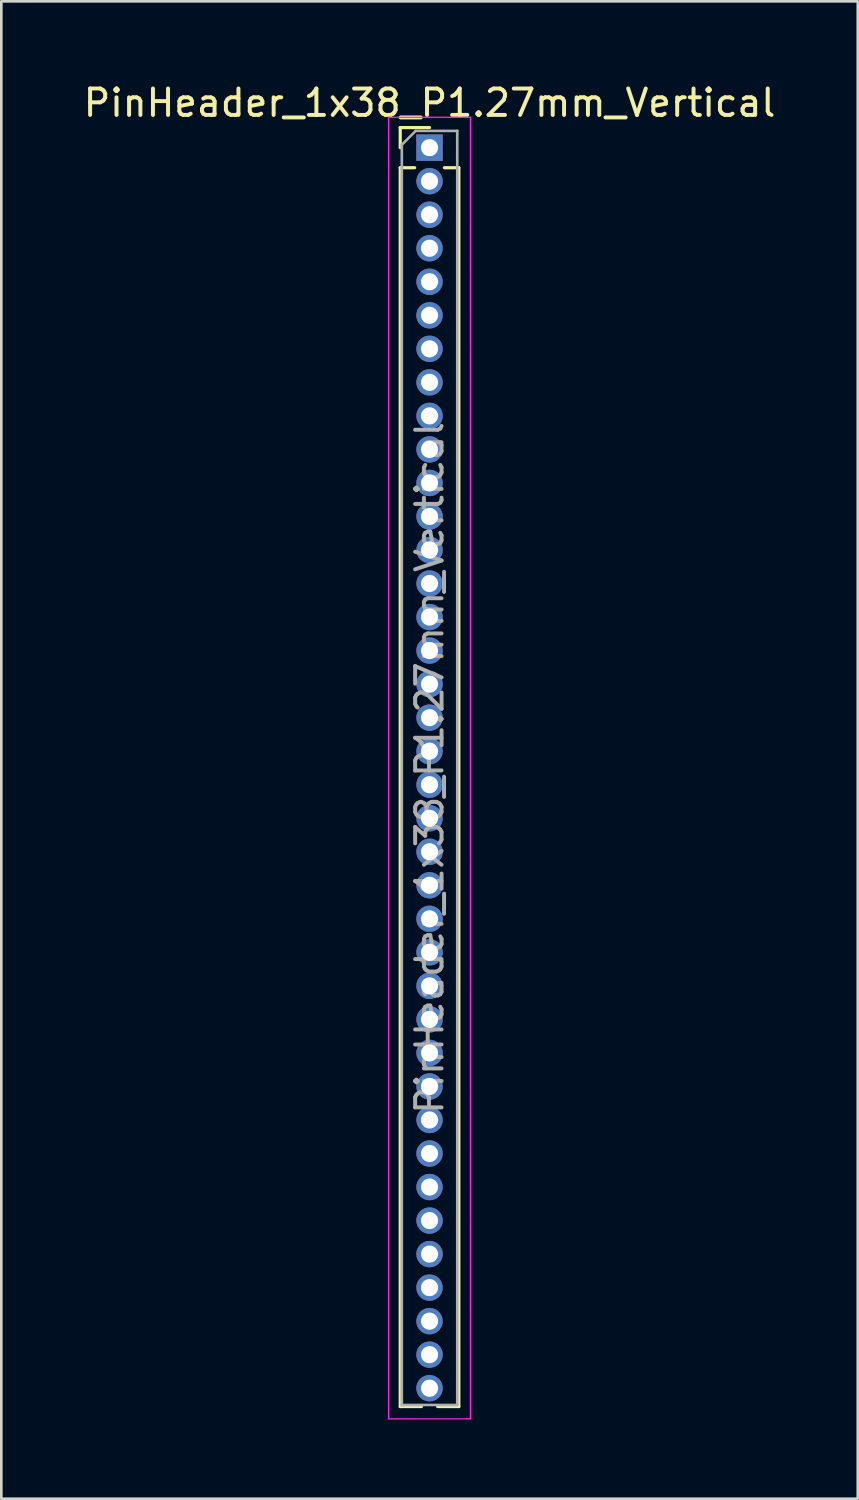
<source format=kicad_pcb>
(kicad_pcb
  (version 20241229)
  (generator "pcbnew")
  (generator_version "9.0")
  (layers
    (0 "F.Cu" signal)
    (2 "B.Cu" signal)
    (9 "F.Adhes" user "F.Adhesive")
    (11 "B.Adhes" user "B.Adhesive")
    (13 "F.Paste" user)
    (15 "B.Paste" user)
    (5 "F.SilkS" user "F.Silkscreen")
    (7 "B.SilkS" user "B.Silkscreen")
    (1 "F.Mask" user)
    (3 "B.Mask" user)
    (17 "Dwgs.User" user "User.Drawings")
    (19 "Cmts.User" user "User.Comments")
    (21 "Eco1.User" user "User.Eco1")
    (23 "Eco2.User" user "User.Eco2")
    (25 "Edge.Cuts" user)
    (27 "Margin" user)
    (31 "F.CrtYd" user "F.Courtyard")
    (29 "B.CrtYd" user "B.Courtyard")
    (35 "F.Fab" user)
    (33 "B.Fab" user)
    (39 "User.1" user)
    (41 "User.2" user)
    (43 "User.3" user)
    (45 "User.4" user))
  (footprint "PinHeader_1x38_P1.27mm_Vertical"
    (layer "F.Cu")
    (at 13.22 2.543)
    (property "Reference" "PinHeader_1x38_P1.27mm_Vertical" (at 0 -1.695 0) (layer "F.SilkS") (effects (font (size 1 1) (thickness 0.15))))
    (attr through_hole)
    (fp_line (start -1.11 -0.76) (end 0 -0.76) (stroke (width 0.12) (type solid)) (layer "F.SilkS"))
    (fp_line (start -1.11 0) (end -1.11 -0.76) (stroke (width 0.12) (type solid)) (layer "F.SilkS"))
    (fp_line (start -1.11 0.76) (end -1.11 47.685) (stroke (width 0.12) (type solid)) (layer "F.SilkS"))
    (fp_line (start -1.11 0.76) (end -0.563 0.76) (stroke (width 0.12) (type solid)) (layer "F.SilkS"))
    (fp_line (start -1.11 47.685) (end -0.308 47.685) (stroke (width 0.12) (type solid)) (layer "F.SilkS"))
    (fp_line (start 0.308 47.685) (end 1.11 47.685) (stroke (width 0.12) (type solid)) (layer "F.SilkS"))
    (fp_line (start 0.563 0.76) (end 1.11 0.76) (stroke (width 0.12) (type solid)) (layer "F.SilkS"))
    (fp_line (start 1.11 0.76) (end 1.11 47.685) (stroke (width 0.12) (type solid)) (layer "F.SilkS"))
    (fp_line (start -1.55 -1.15) (end -1.55 48.15) (stroke (width 0.05) (type solid)) (layer "F.CrtYd"))
    (fp_line (start -1.55 48.15) (end 1.55 48.15) (stroke (width 0.05) (type solid)) (layer "F.CrtYd"))
    (fp_line (start 1.55 -1.15) (end -1.55 -1.15) (stroke (width 0.05) (type solid)) (layer "F.CrtYd"))
    (fp_line (start 1.55 48.15) (end 1.55 -1.15) (stroke (width 0.05) (type solid)) (layer "F.CrtYd"))
    (fp_line (start -1.05 -0.11) (end -0.525 -0.635) (stroke (width 0.1) (type solid)) (layer "F.Fab"))
    (fp_line (start -1.05 47.625) (end -1.05 -0.11) (stroke (width 0.1) (type solid)) (layer "F.Fab"))
    (fp_line (start -0.525 -0.635) (end 1.05 -0.635) (stroke (width 0.1) (type solid)) (layer "F.Fab"))
    (fp_line (start 1.05 -0.635) (end 1.05 47.625) (stroke (width 0.1) (type solid)) (layer "F.Fab"))
    (fp_line (start 1.05 47.625) (end -1.05 47.625) (stroke (width 0.1) (type solid)) (layer "F.Fab"))
    (fp_text user "${REFERENCE}" (at 0 23.495 90) (layer "F.Fab") (effects (font (size 1 1) (thickness 0.15))))
    (pad "1" thru_hole rect (at 0 0) (size 1 1) (drill 0.65) (layers "*.Cu" "*.Mask"))
    (pad "2" thru_hole oval (at 0 1.27) (size 1 1) (drill 0.65) (layers "*.Cu" "*.Mask"))
    (pad "3" thru_hole oval (at 0 2.54) (size 1 1) (drill 0.65) (layers "*.Cu" "*.Mask"))
    (pad "4" thru_hole oval (at 0 3.81) (size 1 1) (drill 0.65) (layers "*.Cu" "*.Mask"))
    (pad "5" thru_hole oval (at 0 5.08) (size 1 1) (drill 0.65) (layers "*.Cu" "*.Mask"))
    (pad "6" thru_hole oval (at 0 6.35) (size 1 1) (drill 0.65) (layers "*.Cu" "*.Mask"))
    (pad "7" thru_hole oval (at 0 7.62) (size 1 1) (drill 0.65) (layers "*.Cu" "*.Mask"))
    (pad "8" thru_hole oval (at 0 8.89) (size 1 1) (drill 0.65) (layers "*.Cu" "*.Mask"))
    (pad "9" thru_hole oval (at 0 10.16) (size 1 1) (drill 0.65) (layers "*.Cu" "*.Mask"))
    (pad "10" thru_hole oval (at 0 11.43) (size 1 1) (drill 0.65) (layers "*.Cu" "*.Mask"))
    (pad "11" thru_hole oval (at 0 12.7) (size 1 1) (drill 0.65) (layers "*.Cu" "*.Mask"))
    (pad "12" thru_hole oval (at 0 13.97) (size 1 1) (drill 0.65) (layers "*.Cu" "*.Mask"))
    (pad "13" thru_hole oval (at 0 15.24) (size 1 1) (drill 0.65) (layers "*.Cu" "*.Mask"))
    (pad "14" thru_hole oval (at 0 16.51) (size 1 1) (drill 0.65) (layers "*.Cu" "*.Mask"))
    (pad "15" thru_hole oval (at 0 17.78) (size 1 1) (drill 0.65) (layers "*.Cu" "*.Mask"))
    (pad "16" thru_hole oval (at 0 19.05) (size 1 1) (drill 0.65) (layers "*.Cu" "*.Mask"))
    (pad "17" thru_hole oval (at 0 20.32) (size 1 1) (drill 0.65) (layers "*.Cu" "*.Mask"))
    (pad "18" thru_hole oval (at 0 21.59) (size 1 1) (drill 0.65) (layers "*.Cu" "*.Mask"))
    (pad "19" thru_hole oval (at 0 22.86) (size 1 1) (drill 0.65) (layers "*.Cu" "*.Mask"))
    (pad "20" thru_hole oval (at 0 24.13) (size 1 1) (drill 0.65) (layers "*.Cu" "*.Mask"))
    (pad "21" thru_hole oval (at 0 25.4) (size 1 1) (drill 0.65) (layers "*.Cu" "*.Mask"))
    (pad "22" thru_hole oval (at 0 26.67) (size 1 1) (drill 0.65) (layers "*.Cu" "*.Mask"))
    (pad "23" thru_hole oval (at 0 27.94) (size 1 1) (drill 0.65) (layers "*.Cu" "*.Mask"))
    (pad "24" thru_hole oval (at 0 29.21) (size 1 1) (drill 0.65) (layers "*.Cu" "*.Mask"))
    (pad "25" thru_hole oval (at 0 30.48) (size 1 1) (drill 0.65) (layers "*.Cu" "*.Mask"))
    (pad "26" thru_hole oval (at 0 31.75) (size 1 1) (drill 0.65) (layers "*.Cu" "*.Mask"))
    (pad "27" thru_hole oval (at 0 33.02) (size 1 1) (drill 0.65) (layers "*.Cu" "*.Mask"))
    (pad "28" thru_hole oval (at 0 34.29) (size 1 1) (drill 0.65) (layers "*.Cu" "*.Mask"))
    (pad "29" thru_hole oval (at 0 35.56) (size 1 1) (drill 0.65) (layers "*.Cu" "*.Mask"))
    (pad "30" thru_hole oval (at 0 36.83) (size 1 1) (drill 0.65) (layers "*.Cu" "*.Mask"))
    (pad "31" thru_hole oval (at 0 38.1) (size 1 1) (drill 0.65) (layers "*.Cu" "*.Mask"))
    (pad "32" thru_hole oval (at 0 39.37) (size 1 1) (drill 0.65) (layers "*.Cu" "*.Mask"))
    (pad "33" thru_hole oval (at 0 40.64) (size 1 1) (drill 0.65) (layers "*.Cu" "*.Mask"))
    (pad "34" thru_hole oval (at 0 41.91) (size 1 1) (drill 0.65) (layers "*.Cu" "*.Mask"))
    (pad "35" thru_hole oval (at 0 43.18) (size 1 1) (drill 0.65) (layers "*.Cu" "*.Mask"))
    (pad "36" thru_hole oval (at 0 44.45) (size 1 1) (drill 0.65) (layers "*.Cu" "*.Mask"))
    (pad "37" thru_hole oval (at 0 45.72) (size 1 1) (drill 0.65) (layers "*.Cu" "*.Mask"))
    (pad "38" thru_hole oval (at 0 46.99) (size 1 1) (drill 0.65) (layers "*.Cu" "*.Mask")))
  (gr_rect
    (start -3 -3)
    (end 29.44 53.718)
    (stroke (width 0.1) (type default))
    (fill no)
    (layer "Edge.Cuts")))
</source>
